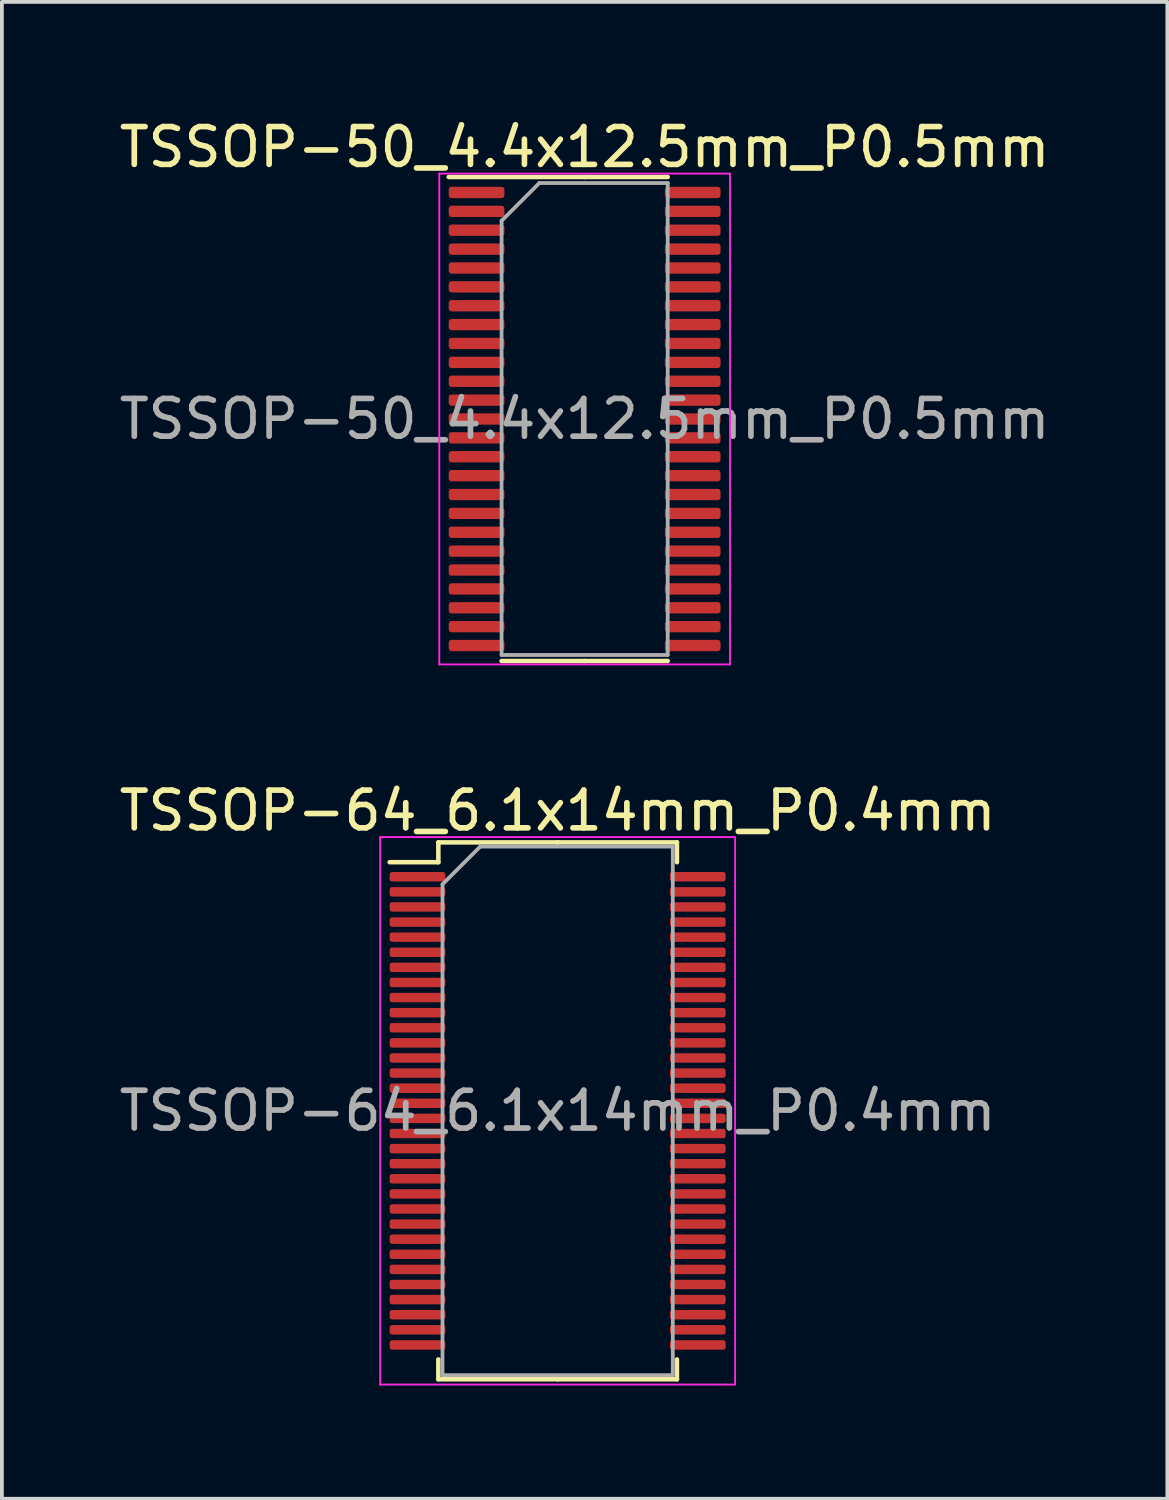
<source format=kicad_pcb>
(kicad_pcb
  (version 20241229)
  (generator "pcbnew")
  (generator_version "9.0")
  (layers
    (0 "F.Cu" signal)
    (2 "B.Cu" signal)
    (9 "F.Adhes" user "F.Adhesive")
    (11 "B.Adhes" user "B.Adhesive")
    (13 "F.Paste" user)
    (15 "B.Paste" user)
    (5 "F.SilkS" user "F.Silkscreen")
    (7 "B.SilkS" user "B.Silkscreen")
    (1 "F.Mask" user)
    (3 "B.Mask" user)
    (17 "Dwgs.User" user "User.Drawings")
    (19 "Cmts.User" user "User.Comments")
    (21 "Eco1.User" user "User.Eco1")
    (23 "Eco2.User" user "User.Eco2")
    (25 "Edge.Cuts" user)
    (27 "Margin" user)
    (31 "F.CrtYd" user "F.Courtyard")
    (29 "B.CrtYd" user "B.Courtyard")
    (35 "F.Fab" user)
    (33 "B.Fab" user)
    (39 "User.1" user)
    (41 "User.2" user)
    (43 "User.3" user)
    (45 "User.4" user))
  (footprint "TSSOP-50_4.4x12.5mm_P0.5mm"
    (layer "F.Cu")
    (at 12.435 8.048)
    (property "Reference" "TSSOP-50_4.4x12.5mm_P0.5mm" (at 0 -7.2 0) (layer "F.SilkS") (effects (font (size 1 1) (thickness 0.15))))
    (attr smd)
    (fp_line (start 0 -6.41) (end -3.6 -6.41) (stroke (width 0.12) (type solid)) (layer "F.SilkS"))
    (fp_line (start 0 -6.41) (end 2.2 -6.41) (stroke (width 0.12) (type solid)) (layer "F.SilkS"))
    (fp_line (start 0 6.41) (end -2.2 6.41) (stroke (width 0.12) (type solid)) (layer "F.SilkS"))
    (fp_line (start 0 6.41) (end 2.2 6.41) (stroke (width 0.12) (type solid)) (layer "F.SilkS"))
    (fp_line (start -3.85 -6.5) (end -3.85 6.5) (stroke (width 0.05) (type solid)) (layer "F.CrtYd"))
    (fp_line (start -3.85 6.5) (end 3.85 6.5) (stroke (width 0.05) (type solid)) (layer "F.CrtYd"))
    (fp_line (start 3.85 -6.5) (end -3.85 -6.5) (stroke (width 0.05) (type solid)) (layer "F.CrtYd"))
    (fp_line (start 3.85 6.5) (end 3.85 -6.5) (stroke (width 0.05) (type solid)) (layer "F.CrtYd"))
    (fp_line (start -2.2 -5.25) (end -1.2 -6.25) (stroke (width 0.1) (type solid)) (layer "F.Fab"))
    (fp_line (start -2.2 6.25) (end -2.2 -5.25) (stroke (width 0.1) (type solid)) (layer "F.Fab"))
    (fp_line (start -1.2 -6.25) (end 2.2 -6.25) (stroke (width 0.1) (type solid)) (layer "F.Fab"))
    (fp_line (start 2.2 -6.25) (end 2.2 6.25) (stroke (width 0.1) (type solid)) (layer "F.Fab"))
    (fp_line (start 2.2 6.25) (end -2.2 6.25) (stroke (width 0.1) (type solid)) (layer "F.Fab"))
    (fp_text user "${REFERENCE}" (at 0 0 0) (layer "F.Fab") (effects (font (size 1 1) (thickness 0.15))))
    (pad "1" smd roundrect (at -2.862 -6) (size 1.475 0.3) (layers "F.Cu" "F.Mask" "F.Paste") (roundrect_rratio 0.25))
    (pad "2" smd roundrect (at -2.862 -5.5) (size 1.475 0.3) (layers "F.Cu" "F.Mask" "F.Paste") (roundrect_rratio 0.25))
    (pad "3" smd roundrect (at -2.862 -5) (size 1.475 0.3) (layers "F.Cu" "F.Mask" "F.Paste") (roundrect_rratio 0.25))
    (pad "4" smd roundrect (at -2.862 -4.5) (size 1.475 0.3) (layers "F.Cu" "F.Mask" "F.Paste") (roundrect_rratio 0.25))
    (pad "5" smd roundrect (at -2.862 -4) (size 1.475 0.3) (layers "F.Cu" "F.Mask" "F.Paste") (roundrect_rratio 0.25))
    (pad "6" smd roundrect (at -2.862 -3.5) (size 1.475 0.3) (layers "F.Cu" "F.Mask" "F.Paste") (roundrect_rratio 0.25))
    (pad "7" smd roundrect (at -2.862 -3) (size 1.475 0.3) (layers "F.Cu" "F.Mask" "F.Paste") (roundrect_rratio 0.25))
    (pad "8" smd roundrect (at -2.862 -2.5) (size 1.475 0.3) (layers "F.Cu" "F.Mask" "F.Paste") (roundrect_rratio 0.25))
    (pad "9" smd roundrect (at -2.862 -2) (size 1.475 0.3) (layers "F.Cu" "F.Mask" "F.Paste") (roundrect_rratio 0.25))
    (pad "10" smd roundrect (at -2.862 -1.5) (size 1.475 0.3) (layers "F.Cu" "F.Mask" "F.Paste") (roundrect_rratio 0.25))
    (pad "11" smd roundrect (at -2.862 -1) (size 1.475 0.3) (layers "F.Cu" "F.Mask" "F.Paste") (roundrect_rratio 0.25))
    (pad "12" smd roundrect (at -2.862 -0.5) (size 1.475 0.3) (layers "F.Cu" "F.Mask" "F.Paste") (roundrect_rratio 0.25))
    (pad "13" smd roundrect (at -2.862 0) (size 1.475 0.3) (layers "F.Cu" "F.Mask" "F.Paste") (roundrect_rratio 0.25))
    (pad "14" smd roundrect (at -2.862 0.5) (size 1.475 0.3) (layers "F.Cu" "F.Mask" "F.Paste") (roundrect_rratio 0.25))
    (pad "15" smd roundrect (at -2.862 1) (size 1.475 0.3) (layers "F.Cu" "F.Mask" "F.Paste") (roundrect_rratio 0.25))
    (pad "16" smd roundrect (at -2.862 1.5) (size 1.475 0.3) (layers "F.Cu" "F.Mask" "F.Paste") (roundrect_rratio 0.25))
    (pad "17" smd roundrect (at -2.862 2) (size 1.475 0.3) (layers "F.Cu" "F.Mask" "F.Paste") (roundrect_rratio 0.25))
    (pad "18" smd roundrect (at -2.862 2.5) (size 1.475 0.3) (layers "F.Cu" "F.Mask" "F.Paste") (roundrect_rratio 0.25))
    (pad "19" smd roundrect (at -2.862 3) (size 1.475 0.3) (layers "F.Cu" "F.Mask" "F.Paste") (roundrect_rratio 0.25))
    (pad "20" smd roundrect (at -2.862 3.5) (size 1.475 0.3) (layers "F.Cu" "F.Mask" "F.Paste") (roundrect_rratio 0.25))
    (pad "21" smd roundrect (at -2.862 4) (size 1.475 0.3) (layers "F.Cu" "F.Mask" "F.Paste") (roundrect_rratio 0.25))
    (pad "22" smd roundrect (at -2.862 4.5) (size 1.475 0.3) (layers "F.Cu" "F.Mask" "F.Paste") (roundrect_rratio 0.25))
    (pad "23" smd roundrect (at -2.862 5) (size 1.475 0.3) (layers "F.Cu" "F.Mask" "F.Paste") (roundrect_rratio 0.25))
    (pad "24" smd roundrect (at -2.862 5.5) (size 1.475 0.3) (layers "F.Cu" "F.Mask" "F.Paste") (roundrect_rratio 0.25))
    (pad "25" smd roundrect (at -2.862 6) (size 1.475 0.3) (layers "F.Cu" "F.Mask" "F.Paste") (roundrect_rratio 0.25))
    (pad "26" smd roundrect (at 2.862 6) (size 1.475 0.3) (layers "F.Cu" "F.Mask" "F.Paste") (roundrect_rratio 0.25))
    (pad "27" smd roundrect (at 2.862 5.5) (size 1.475 0.3) (layers "F.Cu" "F.Mask" "F.Paste") (roundrect_rratio 0.25))
    (pad "28" smd roundrect (at 2.862 5) (size 1.475 0.3) (layers "F.Cu" "F.Mask" "F.Paste") (roundrect_rratio 0.25))
    (pad "29" smd roundrect (at 2.862 4.5) (size 1.475 0.3) (layers "F.Cu" "F.Mask" "F.Paste") (roundrect_rratio 0.25))
    (pad "30" smd roundrect (at 2.862 4) (size 1.475 0.3) (layers "F.Cu" "F.Mask" "F.Paste") (roundrect_rratio 0.25))
    (pad "31" smd roundrect (at 2.862 3.5) (size 1.475 0.3) (layers "F.Cu" "F.Mask" "F.Paste") (roundrect_rratio 0.25))
    (pad "32" smd roundrect (at 2.862 3) (size 1.475 0.3) (layers "F.Cu" "F.Mask" "F.Paste") (roundrect_rratio 0.25))
    (pad "33" smd roundrect (at 2.862 2.5) (size 1.475 0.3) (layers "F.Cu" "F.Mask" "F.Paste") (roundrect_rratio 0.25))
    (pad "34" smd roundrect (at 2.862 2) (size 1.475 0.3) (layers "F.Cu" "F.Mask" "F.Paste") (roundrect_rratio 0.25))
    (pad "35" smd roundrect (at 2.862 1.5) (size 1.475 0.3) (layers "F.Cu" "F.Mask" "F.Paste") (roundrect_rratio 0.25))
    (pad "36" smd roundrect (at 2.862 1) (size 1.475 0.3) (layers "F.Cu" "F.Mask" "F.Paste") (roundrect_rratio 0.25))
    (pad "37" smd roundrect (at 2.862 0.5) (size 1.475 0.3) (layers "F.Cu" "F.Mask" "F.Paste") (roundrect_rratio 0.25))
    (pad "38" smd roundrect (at 2.862 0) (size 1.475 0.3) (layers "F.Cu" "F.Mask" "F.Paste") (roundrect_rratio 0.25))
    (pad "39" smd roundrect (at 2.862 -0.5) (size 1.475 0.3) (layers "F.Cu" "F.Mask" "F.Paste") (roundrect_rratio 0.25))
    (pad "40" smd roundrect (at 2.862 -1) (size 1.475 0.3) (layers "F.Cu" "F.Mask" "F.Paste") (roundrect_rratio 0.25))
    (pad "41" smd roundrect (at 2.862 -1.5) (size 1.475 0.3) (layers "F.Cu" "F.Mask" "F.Paste") (roundrect_rratio 0.25))
    (pad "42" smd roundrect (at 2.862 -2) (size 1.475 0.3) (layers "F.Cu" "F.Mask" "F.Paste") (roundrect_rratio 0.25))
    (pad "43" smd roundrect (at 2.862 -2.5) (size 1.475 0.3) (layers "F.Cu" "F.Mask" "F.Paste") (roundrect_rratio 0.25))
    (pad "44" smd roundrect (at 2.862 -3) (size 1.475 0.3) (layers "F.Cu" "F.Mask" "F.Paste") (roundrect_rratio 0.25))
    (pad "45" smd roundrect (at 2.862 -3.5) (size 1.475 0.3) (layers "F.Cu" "F.Mask" "F.Paste") (roundrect_rratio 0.25))
    (pad "46" smd roundrect (at 2.862 -4) (size 1.475 0.3) (layers "F.Cu" "F.Mask" "F.Paste") (roundrect_rratio 0.25))
    (pad "47" smd roundrect (at 2.862 -4.5) (size 1.475 0.3) (layers "F.Cu" "F.Mask" "F.Paste") (roundrect_rratio 0.25))
    (pad "48" smd roundrect (at 2.862 -5) (size 1.475 0.3) (layers "F.Cu" "F.Mask" "F.Paste") (roundrect_rratio 0.25))
    (pad "49" smd roundrect (at 2.862 -5.5) (size 1.475 0.3) (layers "F.Cu" "F.Mask" "F.Paste") (roundrect_rratio 0.25))
    (pad "50" smd roundrect (at 2.862 -6) (size 1.475 0.3) (layers "F.Cu" "F.Mask" "F.Paste") (roundrect_rratio 0.25)))
  (footprint "TSSOP-64_6.1x14mm_P0.4mm"
    (layer "F.Cu")
    (at 11.72 26.372)
    (property "Reference" "TSSOP-64_6.1x14mm_P0.4mm" (at 0 -7.95 0) (layer "F.SilkS") (effects (font (size 1 1) (thickness 0.15))))
    (attr smd)
    (fp_line (start -3.16 -7.11) (end -3.16 -6.585) (stroke (width 0.12) (type solid)) (layer "F.SilkS"))
    (fp_line (start -3.16 -6.585) (end -4.45 -6.585) (stroke (width 0.12) (type solid)) (layer "F.SilkS"))
    (fp_line (start -3.16 7.11) (end -3.16 6.585) (stroke (width 0.12) (type solid)) (layer "F.SilkS"))
    (fp_line (start 0 -7.11) (end -3.16 -7.11) (stroke (width 0.12) (type solid)) (layer "F.SilkS"))
    (fp_line (start 0 -7.11) (end 3.16 -7.11) (stroke (width 0.12) (type solid)) (layer "F.SilkS"))
    (fp_line (start 0 7.11) (end -3.16 7.11) (stroke (width 0.12) (type solid)) (layer "F.SilkS"))
    (fp_line (start 0 7.11) (end 3.16 7.11) (stroke (width 0.12) (type solid)) (layer "F.SilkS"))
    (fp_line (start 3.16 -7.11) (end 3.16 -6.585) (stroke (width 0.12) (type solid)) (layer "F.SilkS"))
    (fp_line (start 3.16 7.11) (end 3.16 6.585) (stroke (width 0.12) (type solid)) (layer "F.SilkS"))
    (fp_line (start -4.7 -7.25) (end -4.7 7.25) (stroke (width 0.05) (type solid)) (layer "F.CrtYd"))
    (fp_line (start -4.7 7.25) (end 4.7 7.25) (stroke (width 0.05) (type solid)) (layer "F.CrtYd"))
    (fp_line (start 4.7 -7.25) (end -4.7 -7.25) (stroke (width 0.05) (type solid)) (layer "F.CrtYd"))
    (fp_line (start 4.7 7.25) (end 4.7 -7.25) (stroke (width 0.05) (type solid)) (layer "F.CrtYd"))
    (fp_line (start -3.05 -6) (end -2.05 -7) (stroke (width 0.1) (type solid)) (layer "F.Fab"))
    (fp_line (start -3.05 7) (end -3.05 -6) (stroke (width 0.1) (type solid)) (layer "F.Fab"))
    (fp_line (start -2.05 -7) (end 3.05 -7) (stroke (width 0.1) (type solid)) (layer "F.Fab"))
    (fp_line (start 3.05 -7) (end 3.05 7) (stroke (width 0.1) (type solid)) (layer "F.Fab"))
    (fp_line (start 3.05 7) (end -3.05 7) (stroke (width 0.1) (type solid)) (layer "F.Fab"))
    (fp_text user "${REFERENCE}" (at 0 0 0) (layer "F.Fab") (effects (font (size 1 1) (thickness 0.15))))
    (pad "1" smd roundrect (at -3.712 -6.2) (size 1.475 0.25) (layers "F.Cu" "F.Mask" "F.Paste") (roundrect_rratio 0.25))
    (pad "2" smd roundrect (at -3.712 -5.8) (size 1.475 0.25) (layers "F.Cu" "F.Mask" "F.Paste") (roundrect_rratio 0.25))
    (pad "3" smd roundrect (at -3.712 -5.4) (size 1.475 0.25) (layers "F.Cu" "F.Mask" "F.Paste") (roundrect_rratio 0.25))
    (pad "4" smd roundrect (at -3.712 -5) (size 1.475 0.25) (layers "F.Cu" "F.Mask" "F.Paste") (roundrect_rratio 0.25))
    (pad "5" smd roundrect (at -3.712 -4.6) (size 1.475 0.25) (layers "F.Cu" "F.Mask" "F.Paste") (roundrect_rratio 0.25))
    (pad "6" smd roundrect (at -3.712 -4.2) (size 1.475 0.25) (layers "F.Cu" "F.Mask" "F.Paste") (roundrect_rratio 0.25))
    (pad "7" smd roundrect (at -3.712 -3.8) (size 1.475 0.25) (layers "F.Cu" "F.Mask" "F.Paste") (roundrect_rratio 0.25))
    (pad "8" smd roundrect (at -3.712 -3.4) (size 1.475 0.25) (layers "F.Cu" "F.Mask" "F.Paste") (roundrect_rratio 0.25))
    (pad "9" smd roundrect (at -3.712 -3) (size 1.475 0.25) (layers "F.Cu" "F.Mask" "F.Paste") (roundrect_rratio 0.25))
    (pad "10" smd roundrect (at -3.712 -2.6) (size 1.475 0.25) (layers "F.Cu" "F.Mask" "F.Paste") (roundrect_rratio 0.25))
    (pad "11" smd roundrect (at -3.712 -2.2) (size 1.475 0.25) (layers "F.Cu" "F.Mask" "F.Paste") (roundrect_rratio 0.25))
    (pad "12" smd roundrect (at -3.712 -1.8) (size 1.475 0.25) (layers "F.Cu" "F.Mask" "F.Paste") (roundrect_rratio 0.25))
    (pad "13" smd roundrect (at -3.712 -1.4) (size 1.475 0.25) (layers "F.Cu" "F.Mask" "F.Paste") (roundrect_rratio 0.25))
    (pad "14" smd roundrect (at -3.712 -1) (size 1.475 0.25) (layers "F.Cu" "F.Mask" "F.Paste") (roundrect_rratio 0.25))
    (pad "15" smd roundrect (at -3.712 -0.6) (size 1.475 0.25) (layers "F.Cu" "F.Mask" "F.Paste") (roundrect_rratio 0.25))
    (pad "16" smd roundrect (at -3.712 -0.2) (size 1.475 0.25) (layers "F.Cu" "F.Mask" "F.Paste") (roundrect_rratio 0.25))
    (pad "17" smd roundrect (at -3.712 0.2) (size 1.475 0.25) (layers "F.Cu" "F.Mask" "F.Paste") (roundrect_rratio 0.25))
    (pad "18" smd roundrect (at -3.712 0.6) (size 1.475 0.25) (layers "F.Cu" "F.Mask" "F.Paste") (roundrect_rratio 0.25))
    (pad "19" smd roundrect (at -3.712 1) (size 1.475 0.25) (layers "F.Cu" "F.Mask" "F.Paste") (roundrect_rratio 0.25))
    (pad "20" smd roundrect (at -3.712 1.4) (size 1.475 0.25) (layers "F.Cu" "F.Mask" "F.Paste") (roundrect_rratio 0.25))
    (pad "21" smd roundrect (at -3.712 1.8) (size 1.475 0.25) (layers "F.Cu" "F.Mask" "F.Paste") (roundrect_rratio 0.25))
    (pad "22" smd roundrect (at -3.712 2.2) (size 1.475 0.25) (layers "F.Cu" "F.Mask" "F.Paste") (roundrect_rratio 0.25))
    (pad "23" smd roundrect (at -3.712 2.6) (size 1.475 0.25) (layers "F.Cu" "F.Mask" "F.Paste") (roundrect_rratio 0.25))
    (pad "24" smd roundrect (at -3.712 3) (size 1.475 0.25) (layers "F.Cu" "F.Mask" "F.Paste") (roundrect_rratio 0.25))
    (pad "25" smd roundrect (at -3.712 3.4) (size 1.475 0.25) (layers "F.Cu" "F.Mask" "F.Paste") (roundrect_rratio 0.25))
    (pad "26" smd roundrect (at -3.712 3.8) (size 1.475 0.25) (layers "F.Cu" "F.Mask" "F.Paste") (roundrect_rratio 0.25))
    (pad "27" smd roundrect (at -3.712 4.2) (size 1.475 0.25) (layers "F.Cu" "F.Mask" "F.Paste") (roundrect_rratio 0.25))
    (pad "28" smd roundrect (at -3.712 4.6) (size 1.475 0.25) (layers "F.Cu" "F.Mask" "F.Paste") (roundrect_rratio 0.25))
    (pad "29" smd roundrect (at -3.712 5) (size 1.475 0.25) (layers "F.Cu" "F.Mask" "F.Paste") (roundrect_rratio 0.25))
    (pad "30" smd roundrect (at -3.712 5.4) (size 1.475 0.25) (layers "F.Cu" "F.Mask" "F.Paste") (roundrect_rratio 0.25))
    (pad "31" smd roundrect (at -3.712 5.8) (size 1.475 0.25) (layers "F.Cu" "F.Mask" "F.Paste") (roundrect_rratio 0.25))
    (pad "32" smd roundrect (at -3.712 6.2) (size 1.475 0.25) (layers "F.Cu" "F.Mask" "F.Paste") (roundrect_rratio 0.25))
    (pad "33" smd roundrect (at 3.712 6.2) (size 1.475 0.25) (layers "F.Cu" "F.Mask" "F.Paste") (roundrect_rratio 0.25))
    (pad "34" smd roundrect (at 3.712 5.8) (size 1.475 0.25) (layers "F.Cu" "F.Mask" "F.Paste") (roundrect_rratio 0.25))
    (pad "35" smd roundrect (at 3.712 5.4) (size 1.475 0.25) (layers "F.Cu" "F.Mask" "F.Paste") (roundrect_rratio 0.25))
    (pad "36" smd roundrect (at 3.712 5) (size 1.475 0.25) (layers "F.Cu" "F.Mask" "F.Paste") (roundrect_rratio 0.25))
    (pad "37" smd roundrect (at 3.712 4.6) (size 1.475 0.25) (layers "F.Cu" "F.Mask" "F.Paste") (roundrect_rratio 0.25))
    (pad "38" smd roundrect (at 3.712 4.2) (size 1.475 0.25) (layers "F.Cu" "F.Mask" "F.Paste") (roundrect_rratio 0.25))
    (pad "39" smd roundrect (at 3.712 3.8) (size 1.475 0.25) (layers "F.Cu" "F.Mask" "F.Paste") (roundrect_rratio 0.25))
    (pad "40" smd roundrect (at 3.712 3.4) (size 1.475 0.25) (layers "F.Cu" "F.Mask" "F.Paste") (roundrect_rratio 0.25))
    (pad "41" smd roundrect (at 3.712 3) (size 1.475 0.25) (layers "F.Cu" "F.Mask" "F.Paste") (roundrect_rratio 0.25))
    (pad "42" smd roundrect (at 3.712 2.6) (size 1.475 0.25) (layers "F.Cu" "F.Mask" "F.Paste") (roundrect_rratio 0.25))
    (pad "43" smd roundrect (at 3.712 2.2) (size 1.475 0.25) (layers "F.Cu" "F.Mask" "F.Paste") (roundrect_rratio 0.25))
    (pad "44" smd roundrect (at 3.712 1.8) (size 1.475 0.25) (layers "F.Cu" "F.Mask" "F.Paste") (roundrect_rratio 0.25))
    (pad "45" smd roundrect (at 3.712 1.4) (size 1.475 0.25) (layers "F.Cu" "F.Mask" "F.Paste") (roundrect_rratio 0.25))
    (pad "46" smd roundrect (at 3.712 1) (size 1.475 0.25) (layers "F.Cu" "F.Mask" "F.Paste") (roundrect_rratio 0.25))
    (pad "47" smd roundrect (at 3.712 0.6) (size 1.475 0.25) (layers "F.Cu" "F.Mask" "F.Paste") (roundrect_rratio 0.25))
    (pad "48" smd roundrect (at 3.712 0.2) (size 1.475 0.25) (layers "F.Cu" "F.Mask" "F.Paste") (roundrect_rratio 0.25))
    (pad "49" smd roundrect (at 3.712 -0.2) (size 1.475 0.25) (layers "F.Cu" "F.Mask" "F.Paste") (roundrect_rratio 0.25))
    (pad "50" smd roundrect (at 3.712 -0.6) (size 1.475 0.25) (layers "F.Cu" "F.Mask" "F.Paste") (roundrect_rratio 0.25))
    (pad "51" smd roundrect (at 3.712 -1) (size 1.475 0.25) (layers "F.Cu" "F.Mask" "F.Paste") (roundrect_rratio 0.25))
    (pad "52" smd roundrect (at 3.712 -1.4) (size 1.475 0.25) (layers "F.Cu" "F.Mask" "F.Paste") (roundrect_rratio 0.25))
    (pad "53" smd roundrect (at 3.712 -1.8) (size 1.475 0.25) (layers "F.Cu" "F.Mask" "F.Paste") (roundrect_rratio 0.25))
    (pad "54" smd roundrect (at 3.712 -2.2) (size 1.475 0.25) (layers "F.Cu" "F.Mask" "F.Paste") (roundrect_rratio 0.25))
    (pad "55" smd roundrect (at 3.712 -2.6) (size 1.475 0.25) (layers "F.Cu" "F.Mask" "F.Paste") (roundrect_rratio 0.25))
    (pad "56" smd roundrect (at 3.712 -3) (size 1.475 0.25) (layers "F.Cu" "F.Mask" "F.Paste") (roundrect_rratio 0.25))
    (pad "57" smd roundrect (at 3.712 -3.4) (size 1.475 0.25) (layers "F.Cu" "F.Mask" "F.Paste") (roundrect_rratio 0.25))
    (pad "58" smd roundrect (at 3.712 -3.8) (size 1.475 0.25) (layers "F.Cu" "F.Mask" "F.Paste") (roundrect_rratio 0.25))
    (pad "59" smd roundrect (at 3.712 -4.2) (size 1.475 0.25) (layers "F.Cu" "F.Mask" "F.Paste") (roundrect_rratio 0.25))
    (pad "60" smd roundrect (at 3.712 -4.6) (size 1.475 0.25) (layers "F.Cu" "F.Mask" "F.Paste") (roundrect_rratio 0.25))
    (pad "61" smd roundrect (at 3.712 -5) (size 1.475 0.25) (layers "F.Cu" "F.Mask" "F.Paste") (roundrect_rratio 0.25))
    (pad "62" smd roundrect (at 3.712 -5.4) (size 1.475 0.25) (layers "F.Cu" "F.Mask" "F.Paste") (roundrect_rratio 0.25))
    (pad "63" smd roundrect (at 3.712 -5.8) (size 1.475 0.25) (layers "F.Cu" "F.Mask" "F.Paste") (roundrect_rratio 0.25))
    (pad "64" smd roundrect (at 3.712 -6.2) (size 1.475 0.25) (layers "F.Cu" "F.Mask" "F.Paste") (roundrect_rratio 0.25)))
  (gr_rect
    (start -3 -3)
    (end 27.869 36.647)
    (stroke (width 0.1) (type default))
    (fill no)
    (layer "Edge.Cuts")))
</source>
